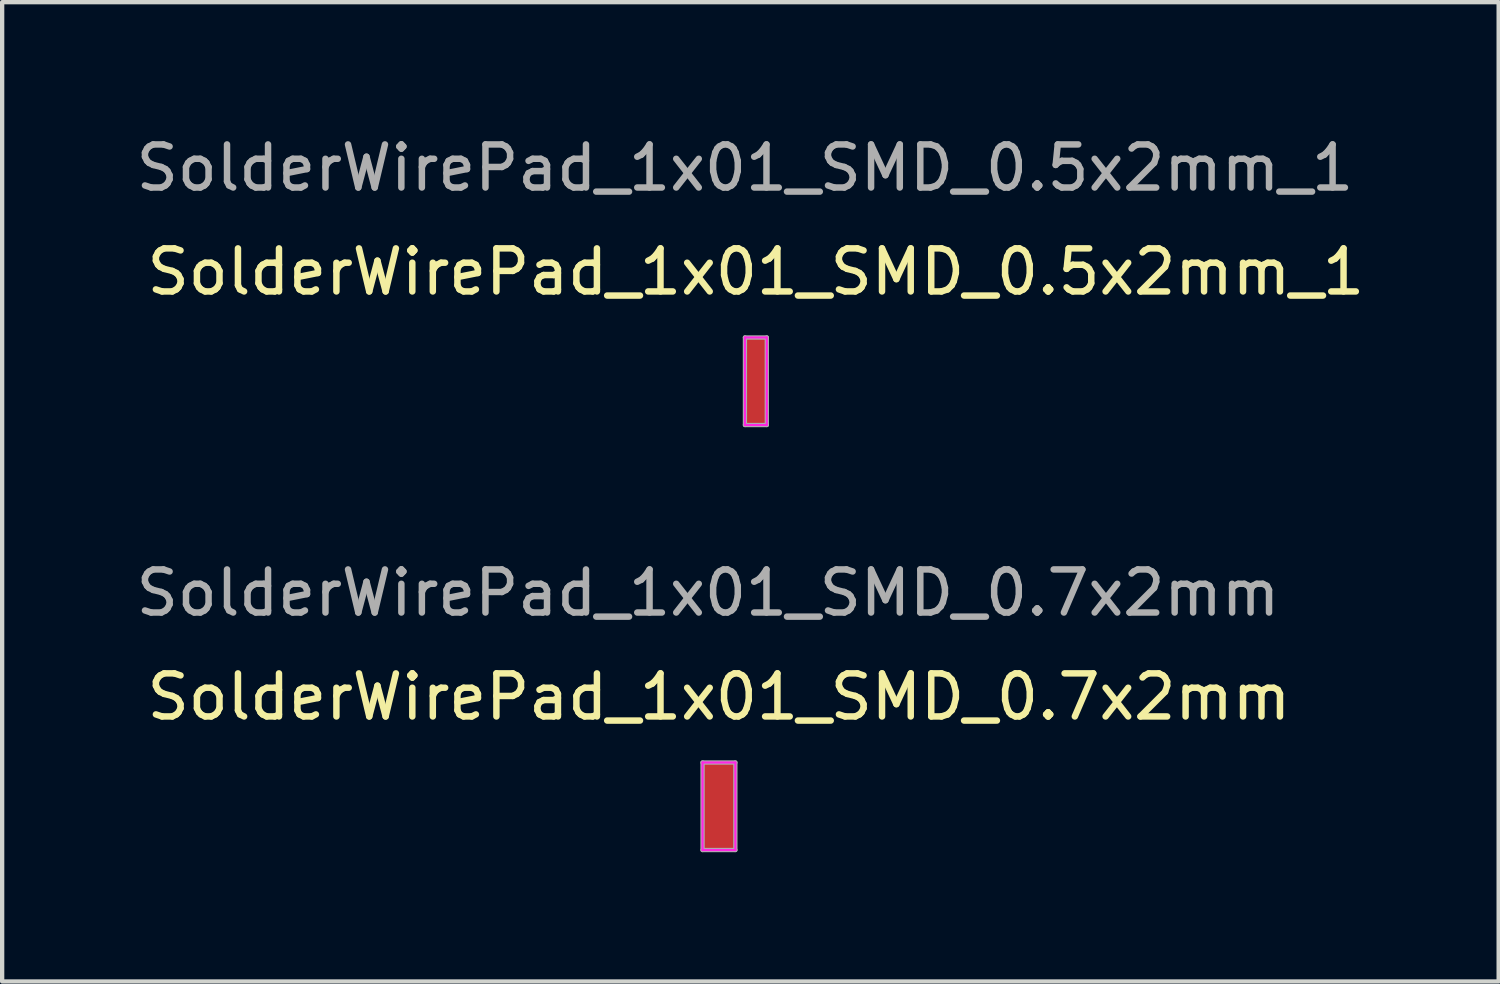
<source format=kicad_pcb>
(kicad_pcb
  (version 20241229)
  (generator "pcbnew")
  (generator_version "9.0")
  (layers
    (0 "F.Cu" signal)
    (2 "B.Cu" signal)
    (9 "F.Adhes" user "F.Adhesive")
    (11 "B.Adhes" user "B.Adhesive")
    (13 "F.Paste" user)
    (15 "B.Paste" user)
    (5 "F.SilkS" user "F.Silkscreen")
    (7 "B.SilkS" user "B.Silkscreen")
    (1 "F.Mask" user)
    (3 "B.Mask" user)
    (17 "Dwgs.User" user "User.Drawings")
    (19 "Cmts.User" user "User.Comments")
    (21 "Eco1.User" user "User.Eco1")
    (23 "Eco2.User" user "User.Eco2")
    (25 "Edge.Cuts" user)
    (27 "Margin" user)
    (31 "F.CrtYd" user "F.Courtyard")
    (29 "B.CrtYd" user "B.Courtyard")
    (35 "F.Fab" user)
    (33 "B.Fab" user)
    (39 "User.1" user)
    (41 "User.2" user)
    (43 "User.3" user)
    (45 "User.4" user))
  (footprint "SolderWirePad_1x01_SMD_0.7x2mm"
    (layer "F.Cu")
    (at 13.641 15.668)
    (property "Reference" "SolderWirePad_1x01_SMD_0.7x2mm" (at 0 -2.54 0) (layer "F.SilkS") (effects (font (size 1 1) (thickness 0.15))))
    (attr exclude_from_pos_files exclude_from_bom)
    (fp_line (start -0.381 -1.016) (end -0.381 1.016) (stroke (width 0.05) (type solid)) (layer "F.CrtYd"))
    (fp_line (start -0.381 1.016) (end 0.381 1.016) (stroke (width 0.05) (type solid)) (layer "F.CrtYd"))
    (fp_line (start 0.381 -1.016) (end -0.381 -1.016) (stroke (width 0.05) (type solid)) (layer "F.CrtYd"))
    (fp_line (start 0.381 1.016) (end 0.381 -1.016) (stroke (width 0.05) (type solid)) (layer "F.CrtYd"))
    (fp_line (start -0.381 -1.016) (end 0.381 -1.016) (stroke (width 0.1) (type solid)) (layer "F.Fab"))
    (fp_line (start -0.381 1.016) (end -0.381 -1.016) (stroke (width 0.1) (type solid)) (layer "F.Fab"))
    (fp_line (start 0.381 -1.016) (end 0.381 1.016) (stroke (width 0.1) (type solid)) (layer "F.Fab"))
    (fp_line (start 0.381 1.016) (end -0.381 1.016) (stroke (width 0.1) (type solid)) (layer "F.Fab"))
    (fp_text user "${REFERENCE}" (at -0.254 -4.953 0) (layer "F.Fab") (effects (font (size 1 1) (thickness 0.15))))
    (pad "1" smd rect (at 0 0) (size 0.7 2) (layers "F.Cu" "F.Mask" "F.Paste")))
  (footprint "SolderWirePad_1x01_SMD_0.5x2mm_1"
    (layer "F.Cu")
    (at 14.498 5.801)
    (property "Reference" "SolderWirePad_1x01_SMD_0.5x2mm_1" (at 0 -2.54 0) (layer "F.SilkS") (effects (font (size 1 1) (thickness 0.15))))
    (attr exclude_from_pos_files exclude_from_bom)
    (fp_line (start -0.254 -1.016) (end -0.254 1.016) (stroke (width 0.05) (type solid)) (layer "F.CrtYd"))
    (fp_line (start -0.254 1.016) (end 0.254 1.016) (stroke (width 0.05) (type solid)) (layer "F.CrtYd"))
    (fp_line (start 0.254 -1.016) (end -0.254 -1.016) (stroke (width 0.05) (type solid)) (layer "F.CrtYd"))
    (fp_line (start 0.254 1.016) (end 0.254 -1.016) (stroke (width 0.05) (type solid)) (layer "F.CrtYd"))
    (fp_line (start -0.254 -1.016) (end 0.254 -1.016) (stroke (width 0.1) (type solid)) (layer "F.Fab"))
    (fp_line (start -0.254 1.016) (end -0.254 -1.016) (stroke (width 0.1) (type solid)) (layer "F.Fab"))
    (fp_line (start 0.254 -1.016) (end 0.254 1.016) (stroke (width 0.1) (type solid)) (layer "F.Fab"))
    (fp_line (start 0.254 1.016) (end -0.254 1.016) (stroke (width 0.1) (type solid)) (layer "F.Fab"))
    (fp_text user "${REFERENCE}" (at -0.254 -4.953 0) (layer "F.Fab") (effects (font (size 1 1) (thickness 0.15))))
    (pad "1" smd rect (at 0 0) (size 0.5 2) (layers "F.Cu" "F.Mask" "F.Paste")))
  (gr_rect
    (start -3 -3)
    (end 31.742 19.735)
    (stroke (width 0.1) (type default))
    (fill no)
    (layer "Edge.Cuts")))
</source>
